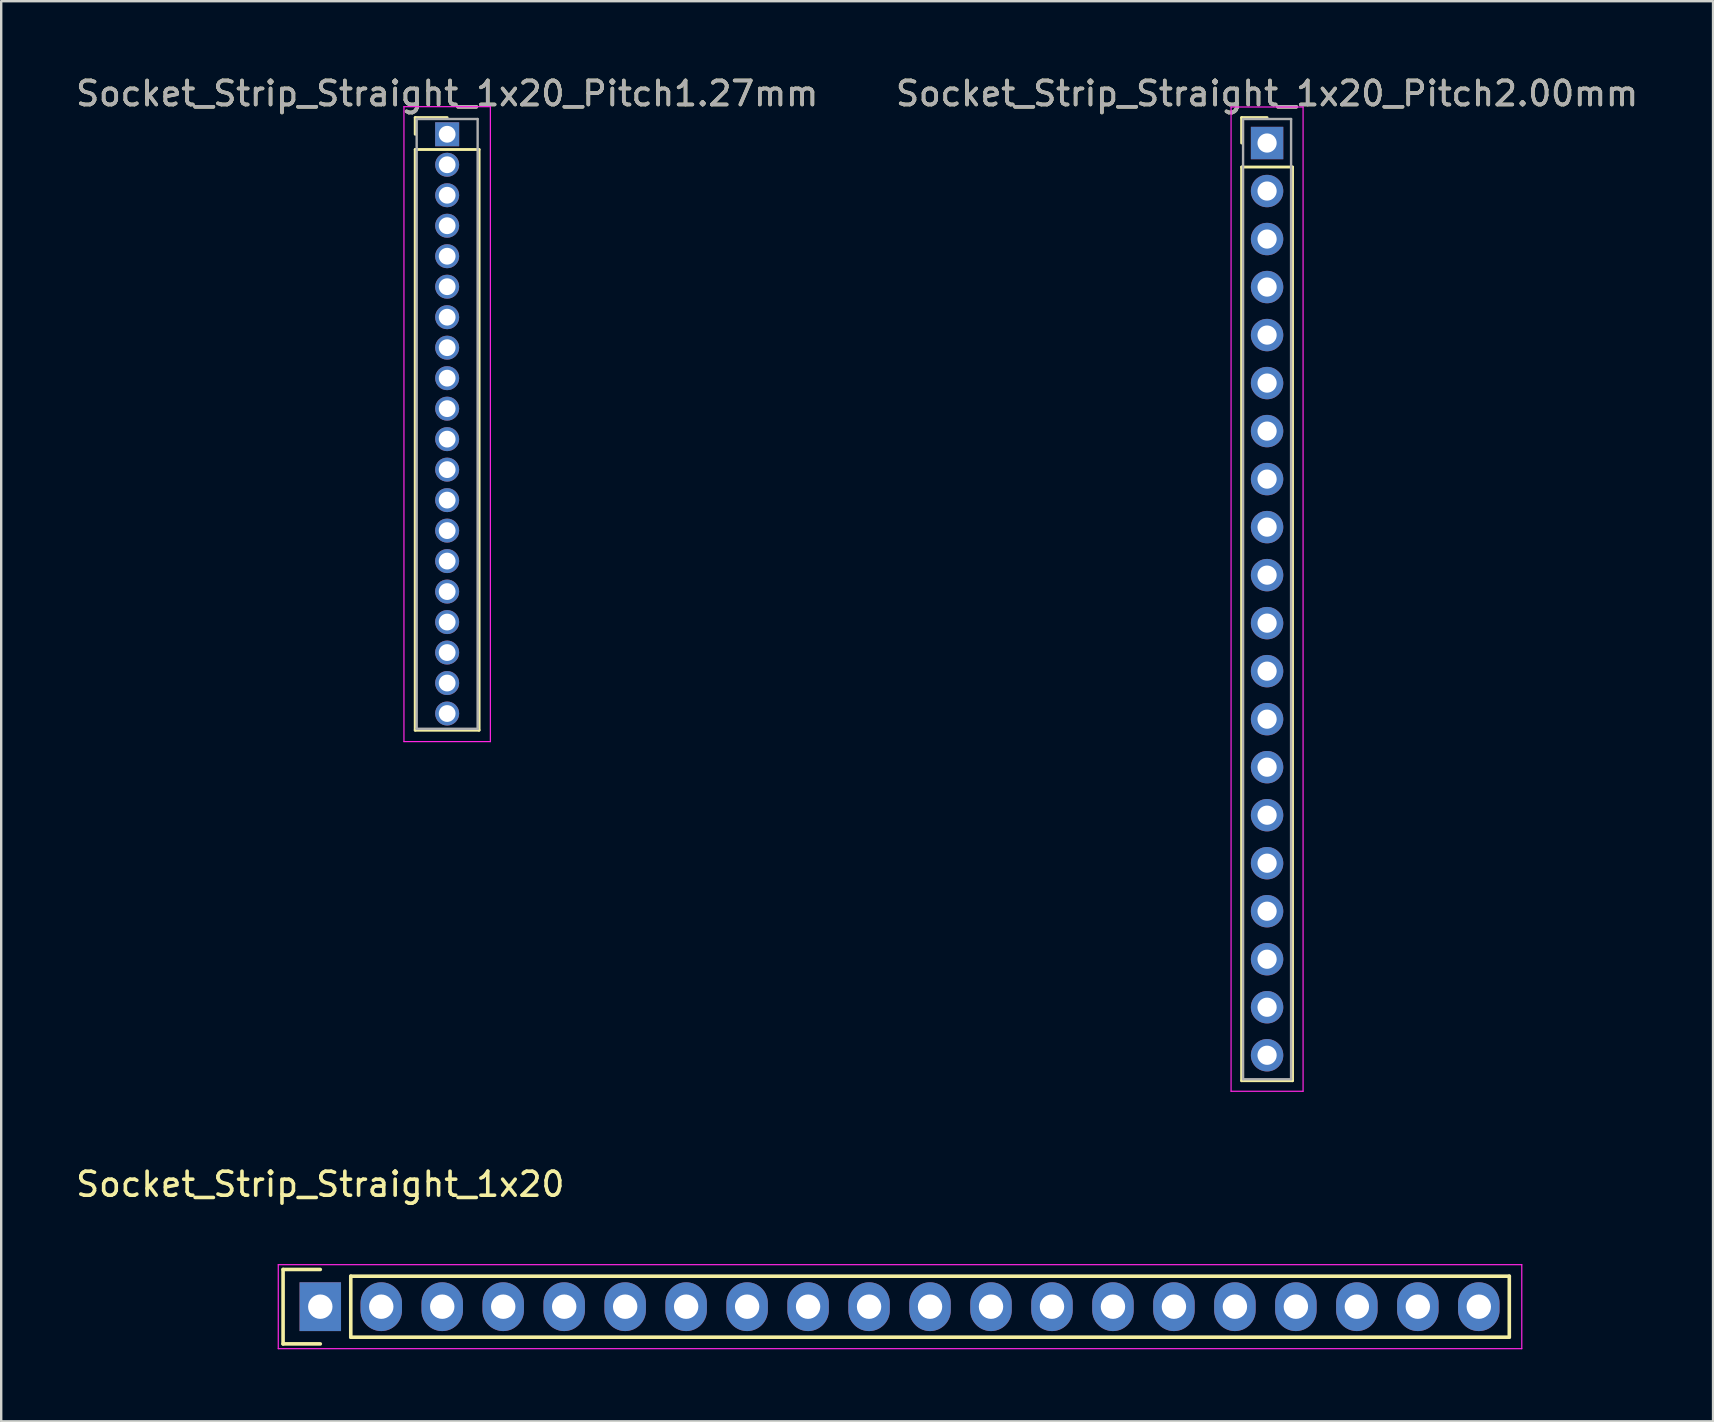
<source format=kicad_pcb>
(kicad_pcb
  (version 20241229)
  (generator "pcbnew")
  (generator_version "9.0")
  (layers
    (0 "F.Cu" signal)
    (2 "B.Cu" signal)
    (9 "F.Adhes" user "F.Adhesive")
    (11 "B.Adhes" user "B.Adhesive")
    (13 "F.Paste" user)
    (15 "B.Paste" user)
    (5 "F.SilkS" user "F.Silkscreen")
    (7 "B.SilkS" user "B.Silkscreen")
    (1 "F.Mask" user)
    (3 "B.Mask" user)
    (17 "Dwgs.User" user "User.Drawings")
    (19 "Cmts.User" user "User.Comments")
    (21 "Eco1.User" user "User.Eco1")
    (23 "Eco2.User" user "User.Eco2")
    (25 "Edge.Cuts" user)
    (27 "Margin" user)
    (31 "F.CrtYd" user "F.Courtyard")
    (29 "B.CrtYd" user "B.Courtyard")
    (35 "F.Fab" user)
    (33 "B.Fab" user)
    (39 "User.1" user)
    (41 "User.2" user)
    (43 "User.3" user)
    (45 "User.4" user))
  (footprint "Socket_Strip_Straight_1x20_Pitch2.00mm"
    (layer "F.Cu")
    (at 49.732 2.908)
    (property "Reference" "Socket_Strip_Straight_1x20_Pitch2.00mm" (at 0 -2.06 0) (layer "F.SilkS") (effects (font (size 1 1) (thickness 0.15))))
    (attr through_hole)
    (fp_line (start -1.06 -1.06) (end 0 -1.06) (stroke (width 0.12) (type solid)) (layer "F.SilkS"))
    (fp_line (start -1.06 0) (end -1.06 -1.06) (stroke (width 0.12) (type solid)) (layer "F.SilkS"))
    (fp_line (start -1.06 1) (end -1.06 39.06) (stroke (width 0.12) (type solid)) (layer "F.SilkS"))
    (fp_line (start -1.06 39.06) (end 1.06 39.06) (stroke (width 0.12) (type solid)) (layer "F.SilkS"))
    (fp_line (start 1.06 1) (end -1.06 1) (stroke (width 0.12) (type solid)) (layer "F.SilkS"))
    (fp_line (start 1.06 39.06) (end 1.06 1) (stroke (width 0.12) (type solid)) (layer "F.SilkS"))
    (fp_line (start -1.5 -1.5) (end -1.5 39.5) (stroke (width 0.05) (type solid)) (layer "F.CrtYd"))
    (fp_line (start -1.5 39.5) (end 1.5 39.5) (stroke (width 0.05) (type solid)) (layer "F.CrtYd"))
    (fp_line (start 1.5 -1.5) (end -1.5 -1.5) (stroke (width 0.05) (type solid)) (layer "F.CrtYd"))
    (fp_line (start 1.5 39.5) (end 1.5 -1.5) (stroke (width 0.05) (type solid)) (layer "F.CrtYd"))
    (fp_line (start -1 -1) (end -1 39) (stroke (width 0.1) (type solid)) (layer "F.Fab"))
    (fp_line (start -1 39) (end 1 39) (stroke (width 0.1) (type solid)) (layer "F.Fab"))
    (fp_line (start 1 -1) (end -1 -1) (stroke (width 0.1) (type solid)) (layer "F.Fab"))
    (fp_line (start 1 39) (end 1 -1) (stroke (width 0.1) (type solid)) (layer "F.Fab"))
    (fp_text user "${REFERENCE}" (at 0 -2.06 0) (layer "F.Fab") (effects (font (size 1 1) (thickness 0.15))))
    (pad "1" thru_hole rect (at 0 0) (size 1.35 1.35) (drill 0.8) (layers "*.Cu" "*.Mask"))
    (pad "2" thru_hole oval (at 0 2) (size 1.35 1.35) (drill 0.8) (layers "*.Cu" "*.Mask"))
    (pad "3" thru_hole oval (at 0 4) (size 1.35 1.35) (drill 0.8) (layers "*.Cu" "*.Mask"))
    (pad "4" thru_hole oval (at 0 6) (size 1.35 1.35) (drill 0.8) (layers "*.Cu" "*.Mask"))
    (pad "5" thru_hole oval (at 0 8) (size 1.35 1.35) (drill 0.8) (layers "*.Cu" "*.Mask"))
    (pad "6" thru_hole oval (at 0 10) (size 1.35 1.35) (drill 0.8) (layers "*.Cu" "*.Mask"))
    (pad "7" thru_hole oval (at 0 12) (size 1.35 1.35) (drill 0.8) (layers "*.Cu" "*.Mask"))
    (pad "8" thru_hole oval (at 0 14) (size 1.35 1.35) (drill 0.8) (layers "*.Cu" "*.Mask"))
    (pad "9" thru_hole oval (at 0 16) (size 1.35 1.35) (drill 0.8) (layers "*.Cu" "*.Mask"))
    (pad "10" thru_hole oval (at 0 18) (size 1.35 1.35) (drill 0.8) (layers "*.Cu" "*.Mask"))
    (pad "11" thru_hole oval (at 0 20) (size 1.35 1.35) (drill 0.8) (layers "*.Cu" "*.Mask"))
    (pad "12" thru_hole oval (at 0 22) (size 1.35 1.35) (drill 0.8) (layers "*.Cu" "*.Mask"))
    (pad "13" thru_hole oval (at 0 24) (size 1.35 1.35) (drill 0.8) (layers "*.Cu" "*.Mask"))
    (pad "14" thru_hole oval (at 0 26) (size 1.35 1.35) (drill 0.8) (layers "*.Cu" "*.Mask"))
    (pad "15" thru_hole oval (at 0 28) (size 1.35 1.35) (drill 0.8) (layers "*.Cu" "*.Mask"))
    (pad "16" thru_hole oval (at 0 30) (size 1.35 1.35) (drill 0.8) (layers "*.Cu" "*.Mask"))
    (pad "17" thru_hole oval (at 0 32) (size 1.35 1.35) (drill 0.8) (layers "*.Cu" "*.Mask"))
    (pad "18" thru_hole oval (at 0 34) (size 1.35 1.35) (drill 0.8) (layers "*.Cu" "*.Mask"))
    (pad "19" thru_hole oval (at 0 36) (size 1.35 1.35) (drill 0.8) (layers "*.Cu" "*.Mask"))
    (pad "20" thru_hole oval (at 0 38) (size 1.35 1.35) (drill 0.8) (layers "*.Cu" "*.Mask")))
  (footprint "Socket_Strip_Straight_1x20_Pitch1.27mm"
    (layer "F.Cu")
    (at 15.577 2.543)
    (property "Reference" "Socket_Strip_Straight_1x20_Pitch1.27mm" (at 0 -1.695 0) (layer "F.SilkS") (effects (font (size 1 1) (thickness 0.15))))
    (attr through_hole)
    (fp_line (start -1.33 -0.695) (end 0 -0.695) (stroke (width 0.12) (type solid)) (layer "F.SilkS"))
    (fp_line (start -1.33 0) (end -1.33 -0.695) (stroke (width 0.12) (type solid)) (layer "F.SilkS"))
    (fp_line (start -1.33 0.635) (end -1.33 24.825) (stroke (width 0.12) (type solid)) (layer "F.SilkS"))
    (fp_line (start -1.33 24.825) (end 1.33 24.825) (stroke (width 0.12) (type solid)) (layer "F.SilkS"))
    (fp_line (start 1.33 0.635) (end -1.33 0.635) (stroke (width 0.12) (type solid)) (layer "F.SilkS"))
    (fp_line (start 1.33 24.825) (end 1.33 0.635) (stroke (width 0.12) (type solid)) (layer "F.SilkS"))
    (fp_line (start -1.8 -1.15) (end -1.8 25.3) (stroke (width 0.05) (type solid)) (layer "F.CrtYd"))
    (fp_line (start -1.8 25.3) (end 1.8 25.3) (stroke (width 0.05) (type solid)) (layer "F.CrtYd"))
    (fp_line (start 1.8 -1.15) (end -1.8 -1.15) (stroke (width 0.05) (type solid)) (layer "F.CrtYd"))
    (fp_line (start 1.8 25.3) (end 1.8 -1.15) (stroke (width 0.05) (type solid)) (layer "F.CrtYd"))
    (fp_line (start -1.27 -0.635) (end -1.27 24.765) (stroke (width 0.1) (type solid)) (layer "F.Fab"))
    (fp_line (start -1.27 24.765) (end 1.27 24.765) (stroke (width 0.1) (type solid)) (layer "F.Fab"))
    (fp_line (start 1.27 -0.635) (end -1.27 -0.635) (stroke (width 0.1) (type solid)) (layer "F.Fab"))
    (fp_line (start 1.27 24.765) (end 1.27 -0.635) (stroke (width 0.1) (type solid)) (layer "F.Fab"))
    (fp_text user "${REFERENCE}" (at 0 -1.695 0) (layer "F.Fab") (effects (font (size 1 1) (thickness 0.15))))
    (pad "1" thru_hole rect (at 0 0) (size 1 1) (drill 0.7) (layers "*.Cu" "*.Mask"))
    (pad "2" thru_hole oval (at 0 1.27) (size 1 1) (drill 0.7) (layers "*.Cu" "*.Mask"))
    (pad "3" thru_hole oval (at 0 2.54) (size 1 1) (drill 0.7) (layers "*.Cu" "*.Mask"))
    (pad "4" thru_hole oval (at 0 3.81) (size 1 1) (drill 0.7) (layers "*.Cu" "*.Mask"))
    (pad "5" thru_hole oval (at 0 5.08) (size 1 1) (drill 0.7) (layers "*.Cu" "*.Mask"))
    (pad "6" thru_hole oval (at 0 6.35) (size 1 1) (drill 0.7) (layers "*.Cu" "*.Mask"))
    (pad "7" thru_hole oval (at 0 7.62) (size 1 1) (drill 0.7) (layers "*.Cu" "*.Mask"))
    (pad "8" thru_hole oval (at 0 8.89) (size 1 1) (drill 0.7) (layers "*.Cu" "*.Mask"))
    (pad "9" thru_hole oval (at 0 10.16) (size 1 1) (drill 0.7) (layers "*.Cu" "*.Mask"))
    (pad "10" thru_hole oval (at 0 11.43) (size 1 1) (drill 0.7) (layers "*.Cu" "*.Mask"))
    (pad "11" thru_hole oval (at 0 12.7) (size 1 1) (drill 0.7) (layers "*.Cu" "*.Mask"))
    (pad "12" thru_hole oval (at 0 13.97) (size 1 1) (drill 0.7) (layers "*.Cu" "*.Mask"))
    (pad "13" thru_hole oval (at 0 15.24) (size 1 1) (drill 0.7) (layers "*.Cu" "*.Mask"))
    (pad "14" thru_hole oval (at 0 16.51) (size 1 1) (drill 0.7) (layers "*.Cu" "*.Mask"))
    (pad "15" thru_hole oval (at 0 17.78) (size 1 1) (drill 0.7) (layers "*.Cu" "*.Mask"))
    (pad "16" thru_hole oval (at 0 19.05) (size 1 1) (drill 0.7) (layers "*.Cu" "*.Mask"))
    (pad "17" thru_hole oval (at 0 20.32) (size 1 1) (drill 0.7) (layers "*.Cu" "*.Mask"))
    (pad "18" thru_hole oval (at 0 21.59) (size 1 1) (drill 0.7) (layers "*.Cu" "*.Mask"))
    (pad "19" thru_hole oval (at 0 22.86) (size 1 1) (drill 0.7) (layers "*.Cu" "*.Mask"))
    (pad "20" thru_hole oval (at 0 24.13) (size 1 1) (drill 0.7) (layers "*.Cu" "*.Mask")))
  (footprint "Socket_Strip_Straight_1x20"
    (layer "F.Cu")
    (at 10.292 51.382)
    (property "Reference" "Socket_Strip_Straight_1x20" (at 0 -5.1 0) (layer "F.SilkS") (effects (font (size 1 1) (thickness 0.15))))
    (attr through_hole)
    (fp_line (start -1.55 -1.55) (end -1.55 1.55) (stroke (width 0.15) (type solid)) (layer "F.SilkS"))
    (fp_line (start -1.55 1.55) (end 0 1.55) (stroke (width 0.15) (type solid)) (layer "F.SilkS"))
    (fp_line (start 0 -1.55) (end -1.55 -1.55) (stroke (width 0.15) (type solid)) (layer "F.SilkS"))
    (fp_line (start 1.27 1.27) (end 1.27 -1.27) (stroke (width 0.15) (type solid)) (layer "F.SilkS"))
    (fp_line (start 1.27 1.27) (end 49.53 1.27) (stroke (width 0.15) (type solid)) (layer "F.SilkS"))
    (fp_line (start 49.53 -1.27) (end 1.27 -1.27) (stroke (width 0.15) (type solid)) (layer "F.SilkS"))
    (fp_line (start 49.53 1.27) (end 49.53 -1.27) (stroke (width 0.15) (type solid)) (layer "F.SilkS"))
    (fp_line (start -1.75 -1.75) (end -1.75 1.75) (stroke (width 0.05) (type solid)) (layer "F.CrtYd"))
    (fp_line (start -1.75 -1.75) (end 50.05 -1.75) (stroke (width 0.05) (type solid)) (layer "F.CrtYd"))
    (fp_line (start -1.75 1.75) (end 50.05 1.75) (stroke (width 0.05) (type solid)) (layer "F.CrtYd"))
    (fp_line (start 50.05 -1.75) (end 50.05 1.75) (stroke (width 0.05) (type solid)) (layer "F.CrtYd"))
    (pad "1" thru_hole rect (at 0 0) (size 1.727 2.032) (drill 1.016) (layers "*.Cu" "*.Mask"))
    (pad "2" thru_hole oval (at 2.54 0) (size 1.727 2.032) (drill 1.016) (layers "*.Cu" "*.Mask"))
    (pad "3" thru_hole oval (at 5.08 0) (size 1.727 2.032) (drill 1.016) (layers "*.Cu" "*.Mask"))
    (pad "4" thru_hole oval (at 7.62 0) (size 1.727 2.032) (drill 1.016) (layers "*.Cu" "*.Mask"))
    (pad "5" thru_hole oval (at 10.16 0) (size 1.727 2.032) (drill 1.016) (layers "*.Cu" "*.Mask"))
    (pad "6" thru_hole oval (at 12.7 0) (size 1.727 2.032) (drill 1.016) (layers "*.Cu" "*.Mask"))
    (pad "7" thru_hole oval (at 15.24 0) (size 1.727 2.032) (drill 1.016) (layers "*.Cu" "*.Mask"))
    (pad "8" thru_hole oval (at 17.78 0) (size 1.727 2.032) (drill 1.016) (layers "*.Cu" "*.Mask"))
    (pad "9" thru_hole oval (at 20.32 0) (size 1.727 2.032) (drill 1.016) (layers "*.Cu" "*.Mask"))
    (pad "10" thru_hole oval (at 22.86 0) (size 1.727 2.032) (drill 1.016) (layers "*.Cu" "*.Mask"))
    (pad "11" thru_hole oval (at 25.4 0) (size 1.727 2.032) (drill 1.016) (layers "*.Cu" "*.Mask"))
    (pad "12" thru_hole oval (at 27.94 0) (size 1.727 2.032) (drill 1.016) (layers "*.Cu" "*.Mask"))
    (pad "13" thru_hole oval (at 30.48 0) (size 1.727 2.032) (drill 1.016) (layers "*.Cu" "*.Mask"))
    (pad "14" thru_hole oval (at 33.02 0) (size 1.727 2.032) (drill 1.016) (layers "*.Cu" "*.Mask"))
    (pad "15" thru_hole oval (at 35.56 0) (size 1.727 2.032) (drill 1.016) (layers "*.Cu" "*.Mask"))
    (pad "16" thru_hole oval (at 38.1 0) (size 1.727 2.032) (drill 1.016) (layers "*.Cu" "*.Mask"))
    (pad "17" thru_hole oval (at 40.64 0) (size 1.727 2.032) (drill 1.016) (layers "*.Cu" "*.Mask"))
    (pad "18" thru_hole oval (at 43.18 0) (size 1.727 2.032) (drill 1.016) (layers "*.Cu" "*.Mask"))
    (pad "19" thru_hole oval (at 45.72 0) (size 1.727 2.032) (drill 1.016) (layers "*.Cu" "*.Mask"))
    (pad "20" thru_hole oval (at 48.26 0) (size 1.727 2.032) (drill 1.016) (layers "*.Cu" "*.Mask")))
  (gr_rect
    (start -3 -3)
    (end 68.31 56.157)
    (stroke (width 0.1) (type default))
    (fill no)
    (layer "Edge.Cuts")))
</source>
